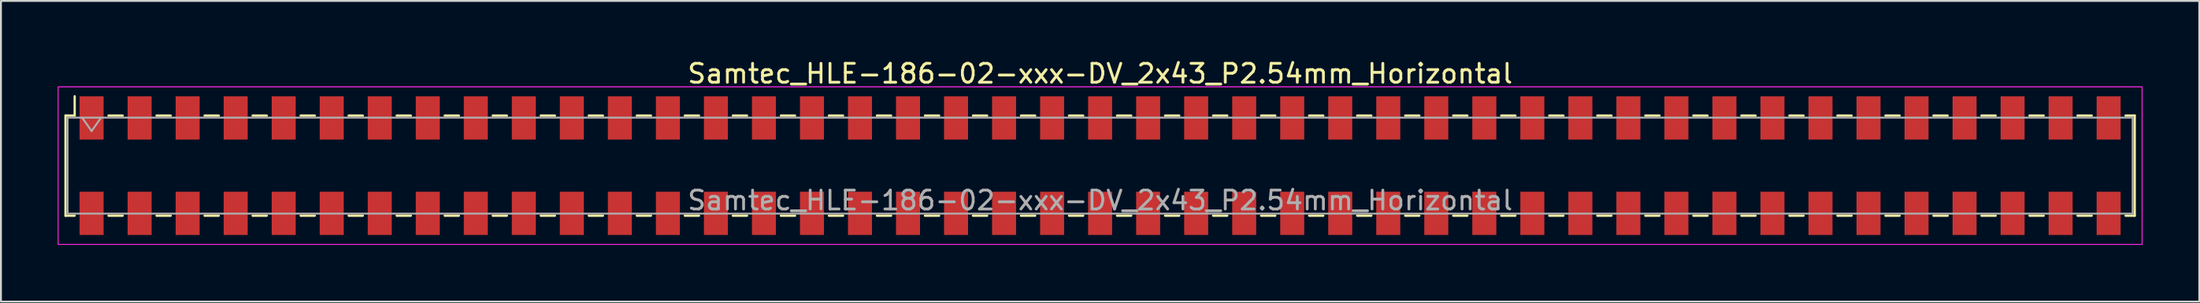
<source format=kicad_pcb>
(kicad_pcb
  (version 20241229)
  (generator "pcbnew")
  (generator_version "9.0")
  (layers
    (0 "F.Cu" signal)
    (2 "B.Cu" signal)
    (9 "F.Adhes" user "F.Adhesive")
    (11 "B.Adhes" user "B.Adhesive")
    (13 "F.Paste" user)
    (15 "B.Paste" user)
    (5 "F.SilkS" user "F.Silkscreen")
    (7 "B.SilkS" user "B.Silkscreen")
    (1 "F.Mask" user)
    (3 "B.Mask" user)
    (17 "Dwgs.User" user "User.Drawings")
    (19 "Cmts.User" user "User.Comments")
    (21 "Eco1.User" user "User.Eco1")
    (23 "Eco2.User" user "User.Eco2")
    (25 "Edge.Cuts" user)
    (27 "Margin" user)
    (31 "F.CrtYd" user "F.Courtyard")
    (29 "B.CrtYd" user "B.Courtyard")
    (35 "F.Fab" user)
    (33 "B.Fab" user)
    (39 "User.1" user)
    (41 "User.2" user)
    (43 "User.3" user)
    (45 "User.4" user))
  (footprint "Samtec_HLE-186-02-xxx-DV_2x43_P2.54mm_Horizontal"
    (layer "F.Cu")
    (at 55.135 5.718)
    (property "Reference" "Samtec_HLE-186-02-xxx-DV_2x43_P2.54mm_Horizontal" (at 0 -4.87 0) (layer "F.SilkS") (effects (font (size 1 1) (thickness 0.15))))
    (attr smd)
    (fp_line (start -54.72 -2.65) (end -54.72 2.65) (stroke (width 0.12) (type solid)) (layer "F.SilkS"))
    (fp_line (start -54.72 2.65) (end -54.235 2.65) (stroke (width 0.12) (type solid)) (layer "F.SilkS"))
    (fp_line (start -54.235 -3.67) (end -54.235 -2.65) (stroke (width 0.12) (type solid)) (layer "F.SilkS"))
    (fp_line (start -54.235 -2.65) (end -54.72 -2.65) (stroke (width 0.12) (type solid)) (layer "F.SilkS"))
    (fp_line (start -52.445 -2.65) (end -51.695 -2.65) (stroke (width 0.12) (type solid)) (layer "F.SilkS"))
    (fp_line (start -52.445 2.65) (end -51.695 2.65) (stroke (width 0.12) (type solid)) (layer "F.SilkS"))
    (fp_line (start -49.905 -2.65) (end -49.155 -2.65) (stroke (width 0.12) (type solid)) (layer "F.SilkS"))
    (fp_line (start -49.905 2.65) (end -49.155 2.65) (stroke (width 0.12) (type solid)) (layer "F.SilkS"))
    (fp_line (start -47.365 -2.65) (end -46.615 -2.65) (stroke (width 0.12) (type solid)) (layer "F.SilkS"))
    (fp_line (start -47.365 2.65) (end -46.615 2.65) (stroke (width 0.12) (type solid)) (layer "F.SilkS"))
    (fp_line (start -44.825 -2.65) (end -44.075 -2.65) (stroke (width 0.12) (type solid)) (layer "F.SilkS"))
    (fp_line (start -44.825 2.65) (end -44.075 2.65) (stroke (width 0.12) (type solid)) (layer "F.SilkS"))
    (fp_line (start -42.285 -2.65) (end -41.535 -2.65) (stroke (width 0.12) (type solid)) (layer "F.SilkS"))
    (fp_line (start -42.285 2.65) (end -41.535 2.65) (stroke (width 0.12) (type solid)) (layer "F.SilkS"))
    (fp_line (start -39.745 -2.65) (end -38.995 -2.65) (stroke (width 0.12) (type solid)) (layer "F.SilkS"))
    (fp_line (start -39.745 2.65) (end -38.995 2.65) (stroke (width 0.12) (type solid)) (layer "F.SilkS"))
    (fp_line (start -37.205 -2.65) (end -36.455 -2.65) (stroke (width 0.12) (type solid)) (layer "F.SilkS"))
    (fp_line (start -37.205 2.65) (end -36.455 2.65) (stroke (width 0.12) (type solid)) (layer "F.SilkS"))
    (fp_line (start -34.665 -2.65) (end -33.915 -2.65) (stroke (width 0.12) (type solid)) (layer "F.SilkS"))
    (fp_line (start -34.665 2.65) (end -33.915 2.65) (stroke (width 0.12) (type solid)) (layer "F.SilkS"))
    (fp_line (start -32.125 -2.65) (end -31.375 -2.65) (stroke (width 0.12) (type solid)) (layer "F.SilkS"))
    (fp_line (start -32.125 2.65) (end -31.375 2.65) (stroke (width 0.12) (type solid)) (layer "F.SilkS"))
    (fp_line (start -29.585 -2.65) (end -28.835 -2.65) (stroke (width 0.12) (type solid)) (layer "F.SilkS"))
    (fp_line (start -29.585 2.65) (end -28.835 2.65) (stroke (width 0.12) (type solid)) (layer "F.SilkS"))
    (fp_line (start -27.045 -2.65) (end -26.295 -2.65) (stroke (width 0.12) (type solid)) (layer "F.SilkS"))
    (fp_line (start -27.045 2.65) (end -26.295 2.65) (stroke (width 0.12) (type solid)) (layer "F.SilkS"))
    (fp_line (start -24.505 -2.65) (end -23.755 -2.65) (stroke (width 0.12) (type solid)) (layer "F.SilkS"))
    (fp_line (start -24.505 2.65) (end -23.755 2.65) (stroke (width 0.12) (type solid)) (layer "F.SilkS"))
    (fp_line (start -21.965 -2.65) (end -21.215 -2.65) (stroke (width 0.12) (type solid)) (layer "F.SilkS"))
    (fp_line (start -21.965 2.65) (end -21.215 2.65) (stroke (width 0.12) (type solid)) (layer "F.SilkS"))
    (fp_line (start -19.425 -2.65) (end -18.675 -2.65) (stroke (width 0.12) (type solid)) (layer "F.SilkS"))
    (fp_line (start -19.425 2.65) (end -18.675 2.65) (stroke (width 0.12) (type solid)) (layer "F.SilkS"))
    (fp_line (start -16.885 -2.65) (end -16.135 -2.65) (stroke (width 0.12) (type solid)) (layer "F.SilkS"))
    (fp_line (start -16.885 2.65) (end -16.135 2.65) (stroke (width 0.12) (type solid)) (layer "F.SilkS"))
    (fp_line (start -14.345 -2.65) (end -13.595 -2.65) (stroke (width 0.12) (type solid)) (layer "F.SilkS"))
    (fp_line (start -14.345 2.65) (end -13.595 2.65) (stroke (width 0.12) (type solid)) (layer "F.SilkS"))
    (fp_line (start -11.805 -2.65) (end -11.055 -2.65) (stroke (width 0.12) (type solid)) (layer "F.SilkS"))
    (fp_line (start -11.805 2.65) (end -11.055 2.65) (stroke (width 0.12) (type solid)) (layer "F.SilkS"))
    (fp_line (start -9.265 -2.65) (end -8.515 -2.65) (stroke (width 0.12) (type solid)) (layer "F.SilkS"))
    (fp_line (start -9.265 2.65) (end -8.515 2.65) (stroke (width 0.12) (type solid)) (layer "F.SilkS"))
    (fp_line (start -6.725 -2.65) (end -5.975 -2.65) (stroke (width 0.12) (type solid)) (layer "F.SilkS"))
    (fp_line (start -6.725 2.65) (end -5.975 2.65) (stroke (width 0.12) (type solid)) (layer "F.SilkS"))
    (fp_line (start -4.185 -2.65) (end -3.435 -2.65) (stroke (width 0.12) (type solid)) (layer "F.SilkS"))
    (fp_line (start -4.185 2.65) (end -3.435 2.65) (stroke (width 0.12) (type solid)) (layer "F.SilkS"))
    (fp_line (start -1.645 -2.65) (end -0.895 -2.65) (stroke (width 0.12) (type solid)) (layer "F.SilkS"))
    (fp_line (start -1.645 2.65) (end -0.895 2.65) (stroke (width 0.12) (type solid)) (layer "F.SilkS"))
    (fp_line (start 0.895 -2.65) (end 1.645 -2.65) (stroke (width 0.12) (type solid)) (layer "F.SilkS"))
    (fp_line (start 0.895 2.65) (end 1.645 2.65) (stroke (width 0.12) (type solid)) (layer "F.SilkS"))
    (fp_line (start 3.435 -2.65) (end 4.185 -2.65) (stroke (width 0.12) (type solid)) (layer "F.SilkS"))
    (fp_line (start 3.435 2.65) (end 4.185 2.65) (stroke (width 0.12) (type solid)) (layer "F.SilkS"))
    (fp_line (start 5.975 -2.65) (end 6.725 -2.65) (stroke (width 0.12) (type solid)) (layer "F.SilkS"))
    (fp_line (start 5.975 2.65) (end 6.725 2.65) (stroke (width 0.12) (type solid)) (layer "F.SilkS"))
    (fp_line (start 8.515 -2.65) (end 9.265 -2.65) (stroke (width 0.12) (type solid)) (layer "F.SilkS"))
    (fp_line (start 8.515 2.65) (end 9.265 2.65) (stroke (width 0.12) (type solid)) (layer "F.SilkS"))
    (fp_line (start 11.055 -2.65) (end 11.805 -2.65) (stroke (width 0.12) (type solid)) (layer "F.SilkS"))
    (fp_line (start 11.055 2.65) (end 11.805 2.65) (stroke (width 0.12) (type solid)) (layer "F.SilkS"))
    (fp_line (start 13.595 -2.65) (end 14.345 -2.65) (stroke (width 0.12) (type solid)) (layer "F.SilkS"))
    (fp_line (start 13.595 2.65) (end 14.345 2.65) (stroke (width 0.12) (type solid)) (layer "F.SilkS"))
    (fp_line (start 16.135 -2.65) (end 16.885 -2.65) (stroke (width 0.12) (type solid)) (layer "F.SilkS"))
    (fp_line (start 16.135 2.65) (end 16.885 2.65) (stroke (width 0.12) (type solid)) (layer "F.SilkS"))
    (fp_line (start 18.675 -2.65) (end 19.425 -2.65) (stroke (width 0.12) (type solid)) (layer "F.SilkS"))
    (fp_line (start 18.675 2.65) (end 19.425 2.65) (stroke (width 0.12) (type solid)) (layer "F.SilkS"))
    (fp_line (start 21.215 -2.65) (end 21.965 -2.65) (stroke (width 0.12) (type solid)) (layer "F.SilkS"))
    (fp_line (start 21.215 2.65) (end 21.965 2.65) (stroke (width 0.12) (type solid)) (layer "F.SilkS"))
    (fp_line (start 23.755 -2.65) (end 24.505 -2.65) (stroke (width 0.12) (type solid)) (layer "F.SilkS"))
    (fp_line (start 23.755 2.65) (end 24.505 2.65) (stroke (width 0.12) (type solid)) (layer "F.SilkS"))
    (fp_line (start 26.295 -2.65) (end 27.045 -2.65) (stroke (width 0.12) (type solid)) (layer "F.SilkS"))
    (fp_line (start 26.295 2.65) (end 27.045 2.65) (stroke (width 0.12) (type solid)) (layer "F.SilkS"))
    (fp_line (start 28.835 -2.65) (end 29.585 -2.65) (stroke (width 0.12) (type solid)) (layer "F.SilkS"))
    (fp_line (start 28.835 2.65) (end 29.585 2.65) (stroke (width 0.12) (type solid)) (layer "F.SilkS"))
    (fp_line (start 31.375 -2.65) (end 32.125 -2.65) (stroke (width 0.12) (type solid)) (layer "F.SilkS"))
    (fp_line (start 31.375 2.65) (end 32.125 2.65) (stroke (width 0.12) (type solid)) (layer "F.SilkS"))
    (fp_line (start 33.915 -2.65) (end 34.665 -2.65) (stroke (width 0.12) (type solid)) (layer "F.SilkS"))
    (fp_line (start 33.915 2.65) (end 34.665 2.65) (stroke (width 0.12) (type solid)) (layer "F.SilkS"))
    (fp_line (start 36.455 -2.65) (end 37.205 -2.65) (stroke (width 0.12) (type solid)) (layer "F.SilkS"))
    (fp_line (start 36.455 2.65) (end 37.205 2.65) (stroke (width 0.12) (type solid)) (layer "F.SilkS"))
    (fp_line (start 38.995 -2.65) (end 39.745 -2.65) (stroke (width 0.12) (type solid)) (layer "F.SilkS"))
    (fp_line (start 38.995 2.65) (end 39.745 2.65) (stroke (width 0.12) (type solid)) (layer "F.SilkS"))
    (fp_line (start 41.535 -2.65) (end 42.285 -2.65) (stroke (width 0.12) (type solid)) (layer "F.SilkS"))
    (fp_line (start 41.535 2.65) (end 42.285 2.65) (stroke (width 0.12) (type solid)) (layer "F.SilkS"))
    (fp_line (start 44.075 -2.65) (end 44.825 -2.65) (stroke (width 0.12) (type solid)) (layer "F.SilkS"))
    (fp_line (start 44.075 2.65) (end 44.825 2.65) (stroke (width 0.12) (type solid)) (layer "F.SilkS"))
    (fp_line (start 46.615 -2.65) (end 47.365 -2.65) (stroke (width 0.12) (type solid)) (layer "F.SilkS"))
    (fp_line (start 46.615 2.65) (end 47.365 2.65) (stroke (width 0.12) (type solid)) (layer "F.SilkS"))
    (fp_line (start 49.155 -2.65) (end 49.905 -2.65) (stroke (width 0.12) (type solid)) (layer "F.SilkS"))
    (fp_line (start 49.155 2.65) (end 49.905 2.65) (stroke (width 0.12) (type solid)) (layer "F.SilkS"))
    (fp_line (start 51.695 -2.65) (end 52.445 -2.65) (stroke (width 0.12) (type solid)) (layer "F.SilkS"))
    (fp_line (start 51.695 2.65) (end 52.445 2.65) (stroke (width 0.12) (type solid)) (layer "F.SilkS"))
    (fp_line (start 54.235 -2.65) (end 54.72 -2.65) (stroke (width 0.12) (type solid)) (layer "F.SilkS"))
    (fp_line (start 54.72 -2.65) (end 54.72 2.65) (stroke (width 0.12) (type solid)) (layer "F.SilkS"))
    (fp_line (start 54.72 2.65) (end 54.235 2.65) (stroke (width 0.12) (type solid)) (layer "F.SilkS"))
    (fp_line (start -55.11 -4.17) (end 55.11 -4.17) (stroke (width 0.05) (type solid)) (layer "F.CrtYd"))
    (fp_line (start -55.11 4.17) (end -55.11 -4.17) (stroke (width 0.05) (type solid)) (layer "F.CrtYd"))
    (fp_line (start 55.11 -4.17) (end 55.11 4.17) (stroke (width 0.05) (type solid)) (layer "F.CrtYd"))
    (fp_line (start 55.11 4.17) (end -55.11 4.17) (stroke (width 0.05) (type solid)) (layer "F.CrtYd"))
    (fp_line (start -54.61 -2.54) (end 54.61 -2.54) (stroke (width 0.1) (type solid)) (layer "F.Fab"))
    (fp_line (start -54.61 2.54) (end -54.61 -2.54) (stroke (width 0.1) (type solid)) (layer "F.Fab"))
    (fp_line (start -53.84 -2.54) (end -53.34 -1.833) (stroke (width 0.1) (type solid)) (layer "F.Fab"))
    (fp_line (start -53.34 -1.833) (end -52.84 -2.54) (stroke (width 0.1) (type solid)) (layer "F.Fab"))
    (fp_line (start 54.61 -2.54) (end 54.61 2.54) (stroke (width 0.1) (type solid)) (layer "F.Fab"))
    (fp_line (start 54.61 2.54) (end -54.61 2.54) (stroke (width 0.1) (type solid)) (layer "F.Fab"))
    (fp_text user "${REFERENCE}" (at 0 1.84 0) (layer "F.Fab") (effects (font (size 1 1) (thickness 0.15))))
    (pad "1" smd rect (at -53.34 -2.525) (size 1.27 2.29) (layers "F.Cu" "F.Mask" "F.Paste"))
    (pad "2" smd rect (at -53.34 2.525) (size 1.27 2.29) (layers "F.Cu" "F.Mask" "F.Paste"))
    (pad "3" smd rect (at -50.8 -2.525) (size 1.27 2.29) (layers "F.Cu" "F.Mask" "F.Paste"))
    (pad "4" smd rect (at -50.8 2.525) (size 1.27 2.29) (layers "F.Cu" "F.Mask" "F.Paste"))
    (pad "5" smd rect (at -48.26 -2.525) (size 1.27 2.29) (layers "F.Cu" "F.Mask" "F.Paste"))
    (pad "6" smd rect (at -48.26 2.525) (size 1.27 2.29) (layers "F.Cu" "F.Mask" "F.Paste"))
    (pad "7" smd rect (at -45.72 -2.525) (size 1.27 2.29) (layers "F.Cu" "F.Mask" "F.Paste"))
    (pad "8" smd rect (at -45.72 2.525) (size 1.27 2.29) (layers "F.Cu" "F.Mask" "F.Paste"))
    (pad "9" smd rect (at -43.18 -2.525) (size 1.27 2.29) (layers "F.Cu" "F.Mask" "F.Paste"))
    (pad "10" smd rect (at -43.18 2.525) (size 1.27 2.29) (layers "F.Cu" "F.Mask" "F.Paste"))
    (pad "11" smd rect (at -40.64 -2.525) (size 1.27 2.29) (layers "F.Cu" "F.Mask" "F.Paste"))
    (pad "12" smd rect (at -40.64 2.525) (size 1.27 2.29) (layers "F.Cu" "F.Mask" "F.Paste"))
    (pad "13" smd rect (at -38.1 -2.525) (size 1.27 2.29) (layers "F.Cu" "F.Mask" "F.Paste"))
    (pad "14" smd rect (at -38.1 2.525) (size 1.27 2.29) (layers "F.Cu" "F.Mask" "F.Paste"))
    (pad "15" smd rect (at -35.56 -2.525) (size 1.27 2.29) (layers "F.Cu" "F.Mask" "F.Paste"))
    (pad "16" smd rect (at -35.56 2.525) (size 1.27 2.29) (layers "F.Cu" "F.Mask" "F.Paste"))
    (pad "17" smd rect (at -33.02 -2.525) (size 1.27 2.29) (layers "F.Cu" "F.Mask" "F.Paste"))
    (pad "18" smd rect (at -33.02 2.525) (size 1.27 2.29) (layers "F.Cu" "F.Mask" "F.Paste"))
    (pad "19" smd rect (at -30.48 -2.525) (size 1.27 2.29) (layers "F.Cu" "F.Mask" "F.Paste"))
    (pad "20" smd rect (at -30.48 2.525) (size 1.27 2.29) (layers "F.Cu" "F.Mask" "F.Paste"))
    (pad "21" smd rect (at -27.94 -2.525) (size 1.27 2.29) (layers "F.Cu" "F.Mask" "F.Paste"))
    (pad "22" smd rect (at -27.94 2.525) (size 1.27 2.29) (layers "F.Cu" "F.Mask" "F.Paste"))
    (pad "23" smd rect (at -25.4 -2.525) (size 1.27 2.29) (layers "F.Cu" "F.Mask" "F.Paste"))
    (pad "24" smd rect (at -25.4 2.525) (size 1.27 2.29) (layers "F.Cu" "F.Mask" "F.Paste"))
    (pad "25" smd rect (at -22.86 -2.525) (size 1.27 2.29) (layers "F.Cu" "F.Mask" "F.Paste"))
    (pad "26" smd rect (at -22.86 2.525) (size 1.27 2.29) (layers "F.Cu" "F.Mask" "F.Paste"))
    (pad "27" smd rect (at -20.32 -2.525) (size 1.27 2.29) (layers "F.Cu" "F.Mask" "F.Paste"))
    (pad "28" smd rect (at -20.32 2.525) (size 1.27 2.29) (layers "F.Cu" "F.Mask" "F.Paste"))
    (pad "29" smd rect (at -17.78 -2.525) (size 1.27 2.29) (layers "F.Cu" "F.Mask" "F.Paste"))
    (pad "30" smd rect (at -17.78 2.525) (size 1.27 2.29) (layers "F.Cu" "F.Mask" "F.Paste"))
    (pad "31" smd rect (at -15.24 -2.525) (size 1.27 2.29) (layers "F.Cu" "F.Mask" "F.Paste"))
    (pad "32" smd rect (at -15.24 2.525) (size 1.27 2.29) (layers "F.Cu" "F.Mask" "F.Paste"))
    (pad "33" smd rect (at -12.7 -2.525) (size 1.27 2.29) (layers "F.Cu" "F.Mask" "F.Paste"))
    (pad "34" smd rect (at -12.7 2.525) (size 1.27 2.29) (layers "F.Cu" "F.Mask" "F.Paste"))
    (pad "35" smd rect (at -10.16 -2.525) (size 1.27 2.29) (layers "F.Cu" "F.Mask" "F.Paste"))
    (pad "36" smd rect (at -10.16 2.525) (size 1.27 2.29) (layers "F.Cu" "F.Mask" "F.Paste"))
    (pad "37" smd rect (at -7.62 -2.525) (size 1.27 2.29) (layers "F.Cu" "F.Mask" "F.Paste"))
    (pad "38" smd rect (at -7.62 2.525) (size 1.27 2.29) (layers "F.Cu" "F.Mask" "F.Paste"))
    (pad "39" smd rect (at -5.08 -2.525) (size 1.27 2.29) (layers "F.Cu" "F.Mask" "F.Paste"))
    (pad "40" smd rect (at -5.08 2.525) (size 1.27 2.29) (layers "F.Cu" "F.Mask" "F.Paste"))
    (pad "41" smd rect (at -2.54 -2.525) (size 1.27 2.29) (layers "F.Cu" "F.Mask" "F.Paste"))
    (pad "42" smd rect (at -2.54 2.525) (size 1.27 2.29) (layers "F.Cu" "F.Mask" "F.Paste"))
    (pad "43" smd rect (at 0 -2.525) (size 1.27 2.29) (layers "F.Cu" "F.Mask" "F.Paste"))
    (pad "44" smd rect (at 0 2.525) (size 1.27 2.29) (layers "F.Cu" "F.Mask" "F.Paste"))
    (pad "45" smd rect (at 2.54 -2.525) (size 1.27 2.29) (layers "F.Cu" "F.Mask" "F.Paste"))
    (pad "46" smd rect (at 2.54 2.525) (size 1.27 2.29) (layers "F.Cu" "F.Mask" "F.Paste"))
    (pad "47" smd rect (at 5.08 -2.525) (size 1.27 2.29) (layers "F.Cu" "F.Mask" "F.Paste"))
    (pad "48" smd rect (at 5.08 2.525) (size 1.27 2.29) (layers "F.Cu" "F.Mask" "F.Paste"))
    (pad "49" smd rect (at 7.62 -2.525) (size 1.27 2.29) (layers "F.Cu" "F.Mask" "F.Paste"))
    (pad "50" smd rect (at 7.62 2.525) (size 1.27 2.29) (layers "F.Cu" "F.Mask" "F.Paste"))
    (pad "51" smd rect (at 10.16 -2.525) (size 1.27 2.29) (layers "F.Cu" "F.Mask" "F.Paste"))
    (pad "52" smd rect (at 10.16 2.525) (size 1.27 2.29) (layers "F.Cu" "F.Mask" "F.Paste"))
    (pad "53" smd rect (at 12.7 -2.525) (size 1.27 2.29) (layers "F.Cu" "F.Mask" "F.Paste"))
    (pad "54" smd rect (at 12.7 2.525) (size 1.27 2.29) (layers "F.Cu" "F.Mask" "F.Paste"))
    (pad "55" smd rect (at 15.24 -2.525) (size 1.27 2.29) (layers "F.Cu" "F.Mask" "F.Paste"))
    (pad "56" smd rect (at 15.24 2.525) (size 1.27 2.29) (layers "F.Cu" "F.Mask" "F.Paste"))
    (pad "57" smd rect (at 17.78 -2.525) (size 1.27 2.29) (layers "F.Cu" "F.Mask" "F.Paste"))
    (pad "58" smd rect (at 17.78 2.525) (size 1.27 2.29) (layers "F.Cu" "F.Mask" "F.Paste"))
    (pad "59" smd rect (at 20.32 -2.525) (size 1.27 2.29) (layers "F.Cu" "F.Mask" "F.Paste"))
    (pad "60" smd rect (at 20.32 2.525) (size 1.27 2.29) (layers "F.Cu" "F.Mask" "F.Paste"))
    (pad "61" smd rect (at 22.86 -2.525) (size 1.27 2.29) (layers "F.Cu" "F.Mask" "F.Paste"))
    (pad "62" smd rect (at 22.86 2.525) (size 1.27 2.29) (layers "F.Cu" "F.Mask" "F.Paste"))
    (pad "63" smd rect (at 25.4 -2.525) (size 1.27 2.29) (layers "F.Cu" "F.Mask" "F.Paste"))
    (pad "64" smd rect (at 25.4 2.525) (size 1.27 2.29) (layers "F.Cu" "F.Mask" "F.Paste"))
    (pad "65" smd rect (at 27.94 -2.525) (size 1.27 2.29) (layers "F.Cu" "F.Mask" "F.Paste"))
    (pad "66" smd rect (at 27.94 2.525) (size 1.27 2.29) (layers "F.Cu" "F.Mask" "F.Paste"))
    (pad "67" smd rect (at 30.48 -2.525) (size 1.27 2.29) (layers "F.Cu" "F.Mask" "F.Paste"))
    (pad "68" smd rect (at 30.48 2.525) (size 1.27 2.29) (layers "F.Cu" "F.Mask" "F.Paste"))
    (pad "69" smd rect (at 33.02 -2.525) (size 1.27 2.29) (layers "F.Cu" "F.Mask" "F.Paste"))
    (pad "70" smd rect (at 33.02 2.525) (size 1.27 2.29) (layers "F.Cu" "F.Mask" "F.Paste"))
    (pad "71" smd rect (at 35.56 -2.525) (size 1.27 2.29) (layers "F.Cu" "F.Mask" "F.Paste"))
    (pad "72" smd rect (at 35.56 2.525) (size 1.27 2.29) (layers "F.Cu" "F.Mask" "F.Paste"))
    (pad "73" smd rect (at 38.1 -2.525) (size 1.27 2.29) (layers "F.Cu" "F.Mask" "F.Paste"))
    (pad "74" smd rect (at 38.1 2.525) (size 1.27 2.29) (layers "F.Cu" "F.Mask" "F.Paste"))
    (pad "75" smd rect (at 40.64 -2.525) (size 1.27 2.29) (layers "F.Cu" "F.Mask" "F.Paste"))
    (pad "76" smd rect (at 40.64 2.525) (size 1.27 2.29) (layers "F.Cu" "F.Mask" "F.Paste"))
    (pad "77" smd rect (at 43.18 -2.525) (size 1.27 2.29) (layers "F.Cu" "F.Mask" "F.Paste"))
    (pad "78" smd rect (at 43.18 2.525) (size 1.27 2.29) (layers "F.Cu" "F.Mask" "F.Paste"))
    (pad "79" smd rect (at 45.72 -2.525) (size 1.27 2.29) (layers "F.Cu" "F.Mask" "F.Paste"))
    (pad "80" smd rect (at 45.72 2.525) (size 1.27 2.29) (layers "F.Cu" "F.Mask" "F.Paste"))
    (pad "81" smd rect (at 48.26 -2.525) (size 1.27 2.29) (layers "F.Cu" "F.Mask" "F.Paste"))
    (pad "82" smd rect (at 48.26 2.525) (size 1.27 2.29) (layers "F.Cu" "F.Mask" "F.Paste"))
    (pad "83" smd rect (at 50.8 -2.525) (size 1.27 2.29) (layers "F.Cu" "F.Mask" "F.Paste"))
    (pad "84" smd rect (at 50.8 2.525) (size 1.27 2.29) (layers "F.Cu" "F.Mask" "F.Paste"))
    (pad "85" smd rect (at 53.34 -2.525) (size 1.27 2.29) (layers "F.Cu" "F.Mask" "F.Paste"))
    (pad "86" smd rect (at 53.34 2.525) (size 1.27 2.29) (layers "F.Cu" "F.Mask" "F.Paste")))
  (gr_rect
    (start -3 -3)
    (end 113.27 12.913)
    (stroke (width 0.1) (type default))
    (fill no)
    (layer "Edge.Cuts")))
</source>
